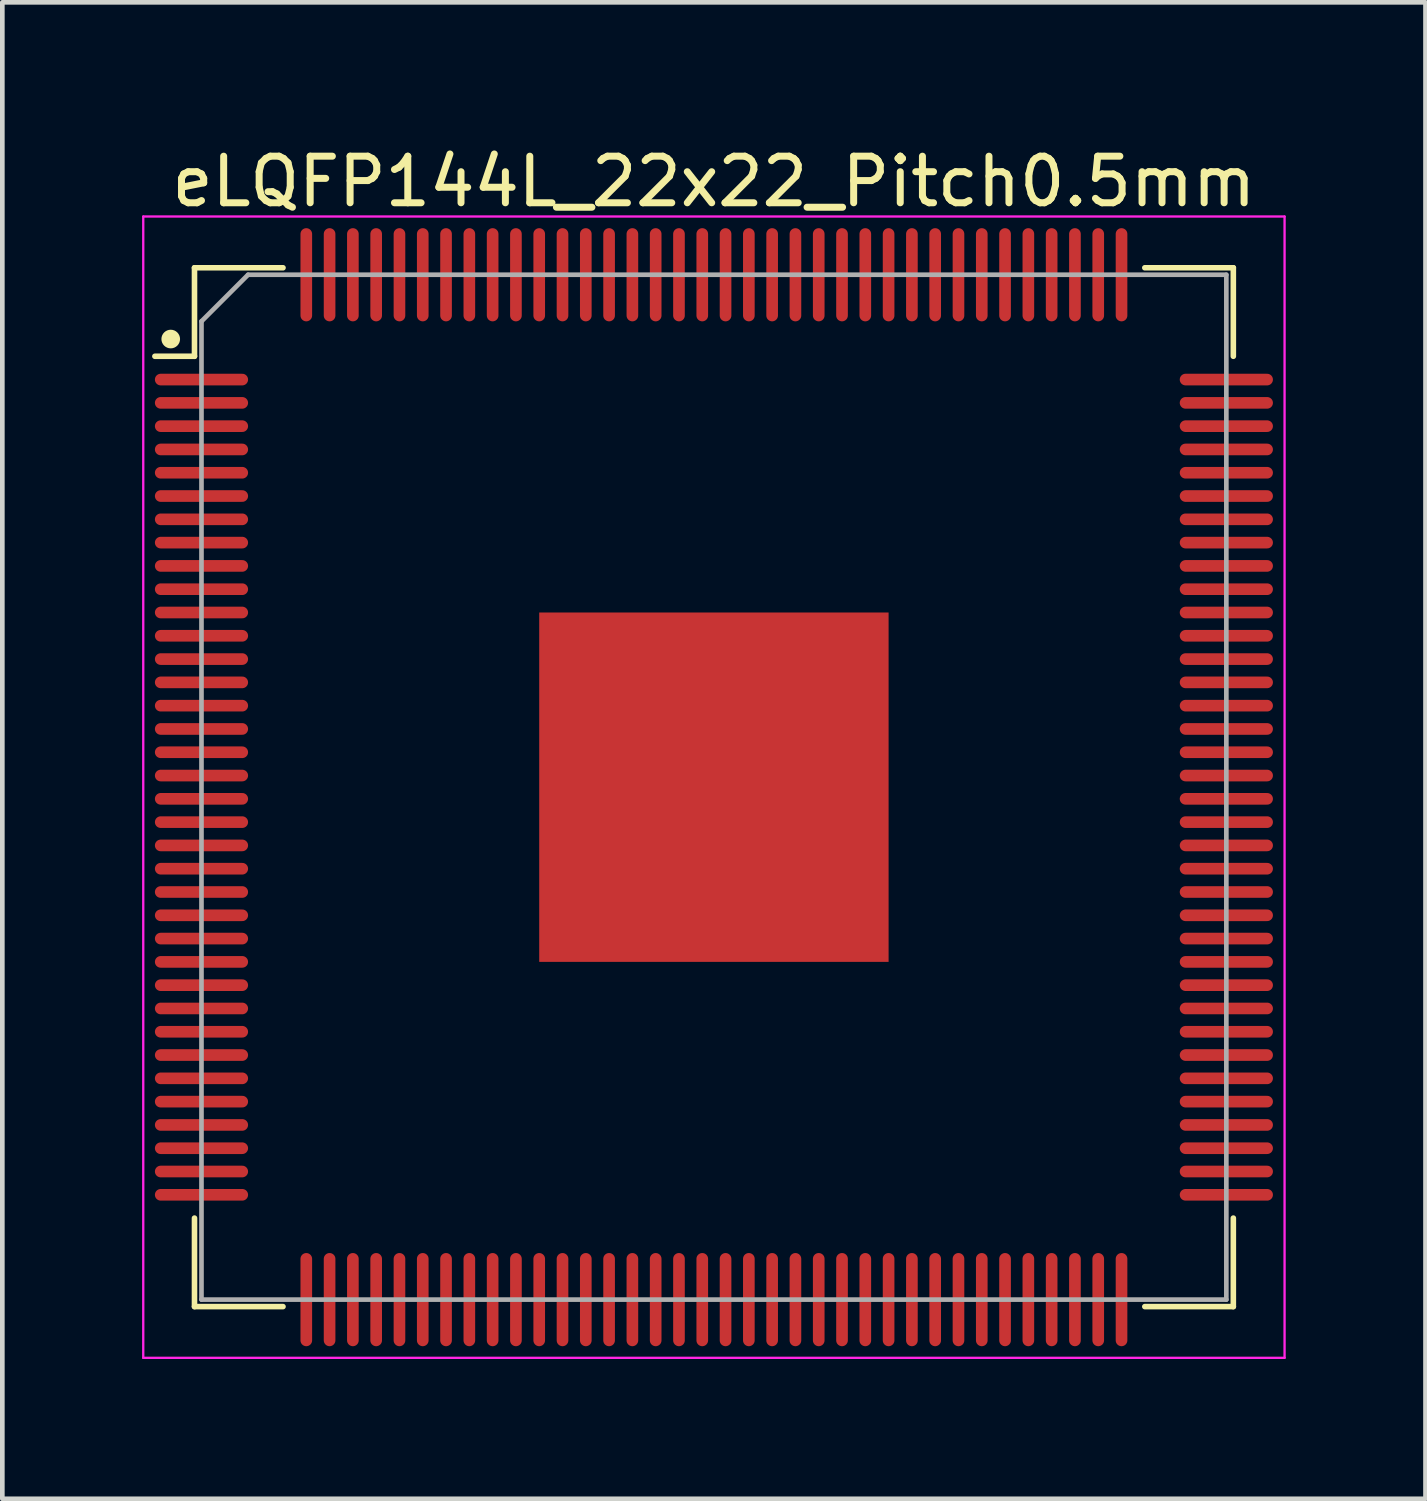
<source format=kicad_pcb>
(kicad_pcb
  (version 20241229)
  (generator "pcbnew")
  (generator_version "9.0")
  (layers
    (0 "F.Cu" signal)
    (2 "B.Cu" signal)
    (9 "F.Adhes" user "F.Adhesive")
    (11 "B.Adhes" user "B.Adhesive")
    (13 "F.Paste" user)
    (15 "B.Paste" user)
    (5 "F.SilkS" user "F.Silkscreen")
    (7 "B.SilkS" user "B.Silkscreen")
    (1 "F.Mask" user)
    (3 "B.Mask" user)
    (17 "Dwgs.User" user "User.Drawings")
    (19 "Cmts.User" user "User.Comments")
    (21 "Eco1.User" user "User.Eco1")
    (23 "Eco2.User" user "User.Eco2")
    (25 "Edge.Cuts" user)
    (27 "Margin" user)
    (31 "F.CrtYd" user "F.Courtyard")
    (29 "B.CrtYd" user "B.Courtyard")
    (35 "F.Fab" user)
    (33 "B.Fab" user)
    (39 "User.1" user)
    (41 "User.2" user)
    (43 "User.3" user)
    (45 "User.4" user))
  (footprint "eLQFP144L_22x22_Pitch0.5mm"
    (layer "F.Cu")
    (at 12.275 13.848)
    (property "Reference" "eLQFP144L_22x22_Pitch0.5mm" (at 0 -13 0) (layer "F.SilkS") (effects (font (size 1 1) (thickness 0.15))))
    (attr through_hole)
    (fp_line (start -11.15 -11.15) (end -11.15 -9.25) (stroke (width 0.12) (type solid)) (layer "F.SilkS"))
    (fp_line (start -11.15 -9.25) (end -12 -9.25) (stroke (width 0.12) (type solid)) (layer "F.SilkS"))
    (fp_line (start -11.15 11.15) (end -11.15 9.25) (stroke (width 0.12) (type solid)) (layer "F.SilkS"))
    (fp_line (start -9.25 -11.15) (end -11.15 -11.15) (stroke (width 0.12) (type solid)) (layer "F.SilkS"))
    (fp_line (start -9.25 11.15) (end -11.15 11.15) (stroke (width 0.12) (type solid)) (layer "F.SilkS"))
    (fp_line (start 9.25 -11.15) (end 11.15 -11.15) (stroke (width 0.12) (type solid)) (layer "F.SilkS"))
    (fp_line (start 9.25 11.15) (end 11.15 11.15) (stroke (width 0.12) (type solid)) (layer "F.SilkS"))
    (fp_line (start 11.15 -11.15) (end 11.15 -9.25) (stroke (width 0.12) (type solid)) (layer "F.SilkS"))
    (fp_line (start 11.15 11.15) (end 11.15 9.25) (stroke (width 0.12) (type solid)) (layer "F.SilkS"))
    (fp_circle (center -11.66 -9.62) (end -11.66 -9.72) (stroke (width 0.2) (type solid)) (fill no) (layer "F.SilkS"))
    (fp_poly (pts (xy -0.55 -0.6) (xy -3.75 -0.6) (xy -3.75 -3.75) (xy -0.55 -3.75)) (stroke (width 0.01) (type solid)) (fill yes) (layer "F.Paste"))
    (fp_poly (pts (xy -0.55 3.75) (xy -3.75 3.75) (xy -3.75 0.6) (xy -0.55 0.6)) (stroke (width 0.01) (type solid)) (fill yes) (layer "F.Paste"))
    (fp_poly (pts (xy 3.75 -0.6) (xy 0.55 -0.6) (xy 0.55 -3.75) (xy 3.75 -3.75)) (stroke (width 0.01) (type solid)) (fill yes) (layer "F.Paste"))
    (fp_poly (pts (xy 3.75 3.75) (xy 0.55 3.75) (xy 0.55 0.6) (xy 3.75 0.6)) (stroke (width 0.01) (type solid)) (fill yes) (layer "F.Paste"))
    (fp_line (start -12.25 -12.25) (end 12.25 -12.25) (stroke (width 0.05) (type solid)) (layer "F.CrtYd"))
    (fp_line (start -12.25 12.25) (end -12.25 -12.25) (stroke (width 0.05) (type solid)) (layer "F.CrtYd"))
    (fp_line (start 12.25 -12.25) (end 12.25 12.25) (stroke (width 0.05) (type solid)) (layer "F.CrtYd"))
    (fp_line (start 12.25 12.25) (end -12.25 12.25) (stroke (width 0.05) (type solid)) (layer "F.CrtYd"))
    (fp_line (start -11 -10) (end -11 11) (stroke (width 0.1) (type solid)) (layer "F.Fab"))
    (fp_line (start -11 11) (end 11 11) (stroke (width 0.1) (type solid)) (layer "F.Fab"))
    (fp_line (start -10 -11) (end -11 -10) (stroke (width 0.1) (type solid)) (layer "F.Fab"))
    (fp_line (start 11 -11) (end -10 -11) (stroke (width 0.1) (type solid)) (layer "F.Fab"))
    (fp_line (start 11 11) (end 11 -11) (stroke (width 0.1) (type solid)) (layer "F.Fab"))
    (pad "1" smd oval (at -11 -8.75 90) (size 0.25 2) (layers "F.Cu" "F.Mask" "F.Paste"))
    (pad "2" smd oval (at -11 -8.25 90) (size 0.25 2) (layers "F.Cu" "F.Mask" "F.Paste"))
    (pad "3" smd oval (at -11 -7.75 90) (size 0.25 2) (layers "F.Cu" "F.Mask" "F.Paste"))
    (pad "4" smd oval (at -11 -7.25 90) (size 0.25 2) (layers "F.Cu" "F.Mask" "F.Paste"))
    (pad "5" smd oval (at -11 -6.75 90) (size 0.25 2) (layers "F.Cu" "F.Mask" "F.Paste"))
    (pad "6" smd oval (at -11 -6.25 90) (size 0.25 2) (layers "F.Cu" "F.Mask" "F.Paste"))
    (pad "7" smd oval (at -11 -5.75 90) (size 0.25 2) (layers "F.Cu" "F.Mask" "F.Paste"))
    (pad "8" smd oval (at -11 -5.25 90) (size 0.25 2) (layers "F.Cu" "F.Mask" "F.Paste"))
    (pad "9" smd oval (at -11 -4.75 90) (size 0.25 2) (layers "F.Cu" "F.Mask" "F.Paste"))
    (pad "10" smd oval (at -11 -4.25 90) (size 0.25 2) (layers "F.Cu" "F.Mask" "F.Paste"))
    (pad "11" smd oval (at -11 -3.75 90) (size 0.25 2) (layers "F.Cu" "F.Mask" "F.Paste"))
    (pad "12" smd oval (at -11 -3.25 90) (size 0.25 2) (layers "F.Cu" "F.Mask" "F.Paste"))
    (pad "13" smd oval (at -11 -2.75 90) (size 0.25 2) (layers "F.Cu" "F.Mask" "F.Paste"))
    (pad "14" smd oval (at -11 -2.25 90) (size 0.25 2) (layers "F.Cu" "F.Mask" "F.Paste"))
    (pad "15" smd oval (at -11 -1.75 90) (size 0.25 2) (layers "F.Cu" "F.Mask" "F.Paste"))
    (pad "16" smd oval (at -11 -1.25 90) (size 0.25 2) (layers "F.Cu" "F.Mask" "F.Paste"))
    (pad "17" smd oval (at -11 -0.75 90) (size 0.25 2) (layers "F.Cu" "F.Mask" "F.Paste"))
    (pad "18" smd oval (at -11 -0.25 90) (size 0.25 2) (layers "F.Cu" "F.Mask" "F.Paste"))
    (pad "19" smd oval (at -11 0.25 90) (size 0.25 2) (layers "F.Cu" "F.Mask" "F.Paste"))
    (pad "20" smd oval (at -11 0.75 90) (size 0.25 2) (layers "F.Cu" "F.Mask" "F.Paste"))
    (pad "21" smd oval (at -11 1.25 90) (size 0.25 2) (layers "F.Cu" "F.Mask" "F.Paste"))
    (pad "22" smd oval (at -11 1.75 90) (size 0.25 2) (layers "F.Cu" "F.Mask" "F.Paste"))
    (pad "23" smd oval (at -11 2.25 90) (size 0.25 2) (layers "F.Cu" "F.Mask" "F.Paste"))
    (pad "24" smd oval (at -11 2.75 90) (size 0.25 2) (layers "F.Cu" "F.Mask" "F.Paste"))
    (pad "25" smd oval (at -11 3.25 90) (size 0.25 2) (layers "F.Cu" "F.Mask" "F.Paste"))
    (pad "26" smd oval (at -11 3.75 90) (size 0.25 2) (layers "F.Cu" "F.Mask" "F.Paste"))
    (pad "27" smd oval (at -11 4.25 90) (size 0.25 2) (layers "F.Cu" "F.Mask" "F.Paste"))
    (pad "28" smd oval (at -11 4.75 90) (size 0.25 2) (layers "F.Cu" "F.Mask" "F.Paste"))
    (pad "29" smd oval (at -11 5.25 90) (size 0.25 2) (layers "F.Cu" "F.Mask" "F.Paste"))
    (pad "30" smd oval (at -11 5.75 90) (size 0.25 2) (layers "F.Cu" "F.Mask" "F.Paste"))
    (pad "31" smd oval (at -11 6.25 90) (size 0.25 2) (layers "F.Cu" "F.Mask" "F.Paste"))
    (pad "32" smd oval (at -11 6.75 90) (size 0.25 2) (layers "F.Cu" "F.Mask" "F.Paste"))
    (pad "33" smd oval (at -11 7.25 90) (size 0.25 2) (layers "F.Cu" "F.Mask" "F.Paste"))
    (pad "34" smd oval (at -11 7.75 90) (size 0.25 2) (layers "F.Cu" "F.Mask" "F.Paste"))
    (pad "35" smd oval (at -11 8.25 90) (size 0.25 2) (layers "F.Cu" "F.Mask" "F.Paste"))
    (pad "36" smd oval (at -11 8.75 90) (size 0.25 2) (layers "F.Cu" "F.Mask" "F.Paste"))
    (pad "37" smd oval (at -8.75 11) (size 0.25 2) (layers "F.Cu" "F.Mask" "F.Paste"))
    (pad "38" smd oval (at -8.25 11) (size 0.25 2) (layers "F.Cu" "F.Mask" "F.Paste"))
    (pad "39" smd oval (at -7.75 11) (size 0.25 2) (layers "F.Cu" "F.Mask" "F.Paste"))
    (pad "40" smd oval (at -7.25 11) (size 0.25 2) (layers "F.Cu" "F.Mask" "F.Paste"))
    (pad "41" smd oval (at -6.75 11) (size 0.25 2) (layers "F.Cu" "F.Mask" "F.Paste"))
    (pad "42" smd oval (at -6.25 11) (size 0.25 2) (layers "F.Cu" "F.Mask" "F.Paste"))
    (pad "43" smd oval (at -5.75 11) (size 0.25 2) (layers "F.Cu" "F.Mask" "F.Paste"))
    (pad "44" smd oval (at -5.25 11) (size 0.25 2) (layers "F.Cu" "F.Mask" "F.Paste"))
    (pad "45" smd oval (at -4.75 11) (size 0.25 2) (layers "F.Cu" "F.Mask" "F.Paste"))
    (pad "46" smd oval (at -4.25 11) (size 0.25 2) (layers "F.Cu" "F.Mask" "F.Paste"))
    (pad "47" smd oval (at -3.75 11) (size 0.25 2) (layers "F.Cu" "F.Mask" "F.Paste"))
    (pad "48" smd oval (at -3.25 11) (size 0.25 2) (layers "F.Cu" "F.Mask" "F.Paste"))
    (pad "49" smd oval (at -2.75 11) (size 0.25 2) (layers "F.Cu" "F.Mask" "F.Paste"))
    (pad "50" smd oval (at -2.25 11) (size 0.25 2) (layers "F.Cu" "F.Mask" "F.Paste"))
    (pad "51" smd oval (at -1.75 11) (size 0.25 2) (layers "F.Cu" "F.Mask" "F.Paste"))
    (pad "52" smd oval (at -1.25 11) (size 0.25 2) (layers "F.Cu" "F.Mask" "F.Paste"))
    (pad "53" smd oval (at -0.75 11) (size 0.25 2) (layers "F.Cu" "F.Mask" "F.Paste"))
    (pad "54" smd oval (at -0.25 11) (size 0.25 2) (layers "F.Cu" "F.Mask" "F.Paste"))
    (pad "55" smd oval (at 0.25 11) (size 0.25 2) (layers "F.Cu" "F.Mask" "F.Paste"))
    (pad "56" smd oval (at 0.75 11) (size 0.25 2) (layers "F.Cu" "F.Mask" "F.Paste"))
    (pad "57" smd oval (at 1.25 11) (size 0.25 2) (layers "F.Cu" "F.Mask" "F.Paste"))
    (pad "58" smd oval (at 1.75 11) (size 0.25 2) (layers "F.Cu" "F.Mask" "F.Paste"))
    (pad "59" smd oval (at 2.25 11) (size 0.25 2) (layers "F.Cu" "F.Mask" "F.Paste"))
    (pad "60" smd oval (at 2.75 11) (size 0.25 2) (layers "F.Cu" "F.Mask" "F.Paste"))
    (pad "61" smd oval (at 3.25 11) (size 0.25 2) (layers "F.Cu" "F.Mask" "F.Paste"))
    (pad "62" smd oval (at 3.75 11) (size 0.25 2) (layers "F.Cu" "F.Mask" "F.Paste"))
    (pad "63" smd oval (at 4.25 11) (size 0.25 2) (layers "F.Cu" "F.Mask" "F.Paste"))
    (pad "64" smd oval (at 4.75 11) (size 0.25 2) (layers "F.Cu" "F.Mask" "F.Paste"))
    (pad "65" smd oval (at 5.25 11) (size 0.25 2) (layers "F.Cu" "F.Mask" "F.Paste"))
    (pad "66" smd oval (at 5.75 11) (size 0.25 2) (layers "F.Cu" "F.Mask" "F.Paste"))
    (pad "67" smd oval (at 6.25 11) (size 0.25 2) (layers "F.Cu" "F.Mask" "F.Paste"))
    (pad "68" smd oval (at 6.75 11) (size 0.25 2) (layers "F.Cu" "F.Mask" "F.Paste"))
    (pad "69" smd oval (at 7.25 11) (size 0.25 2) (layers "F.Cu" "F.Mask" "F.Paste"))
    (pad "70" smd oval (at 7.75 11) (size 0.25 2) (layers "F.Cu" "F.Mask" "F.Paste"))
    (pad "71" smd oval (at 8.25 11) (size 0.25 2) (layers "F.Cu" "F.Mask" "F.Paste"))
    (pad "72" smd oval (at 8.75 11) (size 0.25 2) (layers "F.Cu" "F.Mask" "F.Paste"))
    (pad "73" smd oval (at 11 8.75 90) (size 0.25 2) (layers "F.Cu" "F.Mask" "F.Paste"))
    (pad "74" smd oval (at 11 8.25 90) (size 0.25 2) (layers "F.Cu" "F.Mask" "F.Paste"))
    (pad "75" smd oval (at 11 7.75 90) (size 0.25 2) (layers "F.Cu" "F.Mask" "F.Paste"))
    (pad "76" smd oval (at 11 7.25 90) (size 0.25 2) (layers "F.Cu" "F.Mask" "F.Paste"))
    (pad "77" smd oval (at 11 6.75 90) (size 0.25 2) (layers "F.Cu" "F.Mask" "F.Paste"))
    (pad "78" smd oval (at 11 6.25 90) (size 0.25 2) (layers "F.Cu" "F.Mask" "F.Paste"))
    (pad "79" smd oval (at 11 5.75 90) (size 0.25 2) (layers "F.Cu" "F.Mask" "F.Paste"))
    (pad "80" smd oval (at 11 5.25 90) (size 0.25 2) (layers "F.Cu" "F.Mask" "F.Paste"))
    (pad "81" smd oval (at 11 4.75 90) (size 0.25 2) (layers "F.Cu" "F.Mask" "F.Paste"))
    (pad "82" smd oval (at 11 4.25 90) (size 0.25 2) (layers "F.Cu" "F.Mask" "F.Paste"))
    (pad "83" smd oval (at 11 3.75 90) (size 0.25 2) (layers "F.Cu" "F.Mask" "F.Paste"))
    (pad "84" smd oval (at 11 3.25 90) (size 0.25 2) (layers "F.Cu" "F.Mask" "F.Paste"))
    (pad "85" smd oval (at 11 2.75 90) (size 0.25 2) (layers "F.Cu" "F.Mask" "F.Paste"))
    (pad "86" smd oval (at 11 2.25 90) (size 0.25 2) (layers "F.Cu" "F.Mask" "F.Paste"))
    (pad "87" smd oval (at 11 1.75 90) (size 0.25 2) (layers "F.Cu" "F.Mask" "F.Paste"))
    (pad "88" smd oval (at 11 1.25 90) (size 0.25 2) (layers "F.Cu" "F.Mask" "F.Paste"))
    (pad "89" smd oval (at 11 0.75 90) (size 0.25 2) (layers "F.Cu" "F.Mask" "F.Paste"))
    (pad "90" smd oval (at 11 0.25 90) (size 0.25 2) (layers "F.Cu" "F.Mask" "F.Paste"))
    (pad "91" smd oval (at 11 -0.25 90) (size 0.25 2) (layers "F.Cu" "F.Mask" "F.Paste"))
    (pad "92" smd oval (at 11 -0.75 90) (size 0.25 2) (layers "F.Cu" "F.Mask" "F.Paste"))
    (pad "93" smd oval (at 11 -1.25 90) (size 0.25 2) (layers "F.Cu" "F.Mask" "F.Paste"))
    (pad "94" smd oval (at 11 -1.75 90) (size 0.25 2) (layers "F.Cu" "F.Mask" "F.Paste"))
    (pad "95" smd oval (at 11 -2.25 90) (size 0.25 2) (layers "F.Cu" "F.Mask" "F.Paste"))
    (pad "96" smd oval (at 11 -2.75 90) (size 0.25 2) (layers "F.Cu" "F.Mask" "F.Paste"))
    (pad "97" smd oval (at 11 -3.25 90) (size 0.25 2) (layers "F.Cu" "F.Mask" "F.Paste"))
    (pad "98" smd oval (at 11 -3.75 90) (size 0.25 2) (layers "F.Cu" "F.Mask" "F.Paste"))
    (pad "99" smd oval (at 11 -4.25 90) (size 0.25 2) (layers "F.Cu" "F.Mask" "F.Paste"))
    (pad "100" smd oval (at 11 -4.75 90) (size 0.25 2) (layers "F.Cu" "F.Mask" "F.Paste"))
    (pad "101" smd oval (at 11 -5.25 90) (size 0.25 2) (layers "F.Cu" "F.Mask" "F.Paste"))
    (pad "102" smd oval (at 11 -5.75 90) (size 0.25 2) (layers "F.Cu" "F.Mask" "F.Paste"))
    (pad "103" smd oval (at 11 -6.25 90) (size 0.25 2) (layers "F.Cu" "F.Mask" "F.Paste"))
    (pad "104" smd oval (at 11 -6.75 90) (size 0.25 2) (layers "F.Cu" "F.Mask" "F.Paste"))
    (pad "105" smd oval (at 11 -7.25 90) (size 0.25 2) (layers "F.Cu" "F.Mask" "F.Paste"))
    (pad "106" smd oval (at 11 -7.75 90) (size 0.25 2) (layers "F.Cu" "F.Mask" "F.Paste"))
    (pad "107" smd oval (at 11 -8.25 90) (size 0.25 2) (layers "F.Cu" "F.Mask" "F.Paste"))
    (pad "108" smd oval (at 11 -8.75 90) (size 0.25 2) (layers "F.Cu" "F.Mask" "F.Paste"))
    (pad "109" smd oval (at 8.75 -11) (size 0.25 2) (layers "F.Cu" "F.Mask" "F.Paste"))
    (pad "110" smd oval (at 8.25 -11) (size 0.25 2) (layers "F.Cu" "F.Mask" "F.Paste"))
    (pad "111" smd oval (at 7.75 -11) (size 0.25 2) (layers "F.Cu" "F.Mask" "F.Paste"))
    (pad "112" smd oval (at 7.25 -11) (size 0.25 2) (layers "F.Cu" "F.Mask" "F.Paste"))
    (pad "113" smd oval (at 6.75 -11) (size 0.25 2) (layers "F.Cu" "F.Mask" "F.Paste"))
    (pad "114" smd oval (at 6.25 -11) (size 0.25 2) (layers "F.Cu" "F.Mask" "F.Paste"))
    (pad "115" smd oval (at 5.75 -11) (size 0.25 2) (layers "F.Cu" "F.Mask" "F.Paste"))
    (pad "116" smd oval (at 5.25 -11) (size 0.25 2) (layers "F.Cu" "F.Mask" "F.Paste"))
    (pad "117" smd oval (at 4.75 -11) (size 0.25 2) (layers "F.Cu" "F.Mask" "F.Paste"))
    (pad "118" smd oval (at 4.25 -11) (size 0.25 2) (layers "F.Cu" "F.Mask" "F.Paste"))
    (pad "119" smd oval (at 3.75 -11) (size 0.25 2) (layers "F.Cu" "F.Mask" "F.Paste"))
    (pad "120" smd oval (at 3.25 -11) (size 0.25 2) (layers "F.Cu" "F.Mask" "F.Paste"))
    (pad "121" smd oval (at 2.75 -11) (size 0.25 2) (layers "F.Cu" "F.Mask" "F.Paste"))
    (pad "122" smd oval (at 2.25 -11) (size 0.25 2) (layers "F.Cu" "F.Mask" "F.Paste"))
    (pad "123" smd oval (at 1.75 -11) (size 0.25 2) (layers "F.Cu" "F.Mask" "F.Paste"))
    (pad "124" smd oval (at 1.25 -11) (size 0.25 2) (layers "F.Cu" "F.Mask" "F.Paste"))
    (pad "125" smd oval (at 0.75 -11) (size 0.25 2) (layers "F.Cu" "F.Mask" "F.Paste"))
    (pad "126" smd oval (at 0.25 -11) (size 0.25 2) (layers "F.Cu" "F.Mask" "F.Paste"))
    (pad "127" smd oval (at -0.25 -11) (size 0.25 2) (layers "F.Cu" "F.Mask" "F.Paste"))
    (pad "128" smd oval (at -0.75 -11) (size 0.25 2) (layers "F.Cu" "F.Mask" "F.Paste"))
    (pad "129" smd oval (at -1.25 -11) (size 0.25 2) (layers "F.Cu" "F.Mask" "F.Paste"))
    (pad "130" smd oval (at -1.75 -11) (size 0.25 2) (layers "F.Cu" "F.Mask" "F.Paste"))
    (pad "131" smd oval (at -2.25 -11) (size 0.25 2) (layers "F.Cu" "F.Mask" "F.Paste"))
    (pad "132" smd oval (at -2.75 -11) (size 0.25 2) (layers "F.Cu" "F.Mask" "F.Paste"))
    (pad "133" smd oval (at -3.25 -11) (size 0.25 2) (layers "F.Cu" "F.Mask" "F.Paste"))
    (pad "134" smd oval (at -3.75 -11) (size 0.25 2) (layers "F.Cu" "F.Mask" "F.Paste"))
    (pad "135" smd oval (at -4.25 -11) (size 0.25 2) (layers "F.Cu" "F.Mask" "F.Paste"))
    (pad "136" smd oval (at -4.75 -11) (size 0.25 2) (layers "F.Cu" "F.Mask" "F.Paste"))
    (pad "137" smd oval (at -5.25 -11) (size 0.25 2) (layers "F.Cu" "F.Mask" "F.Paste"))
    (pad "138" smd oval (at -5.75 -11) (size 0.25 2) (layers "F.Cu" "F.Mask" "F.Paste"))
    (pad "139" smd oval (at -6.25 -11) (size 0.25 2) (layers "F.Cu" "F.Mask" "F.Paste"))
    (pad "140" smd oval (at -6.75 -11) (size 0.25 2) (layers "F.Cu" "F.Mask" "F.Paste"))
    (pad "141" smd oval (at -7.25 -11) (size 0.25 2) (layers "F.Cu" "F.Mask" "F.Paste"))
    (pad "142" smd oval (at -7.75 -11) (size 0.25 2) (layers "F.Cu" "F.Mask" "F.Paste"))
    (pad "143" smd oval (at -8.25 -11) (size 0.25 2) (layers "F.Cu" "F.Mask" "F.Paste"))
    (pad "144" smd oval (at -8.75 -11) (size 0.25 2) (layers "F.Cu" "F.Mask" "F.Paste"))
    (pad "145" smd rect (at 0 0 90) (size 7.5 7.5) (layers "F.Cu" "F.Mask")))
  (gr_rect
    (start -3 -3)
    (end 27.55 29.123)
    (stroke (width 0.1) (type default))
    (fill no)
    (layer "Edge.Cuts")))
</source>
